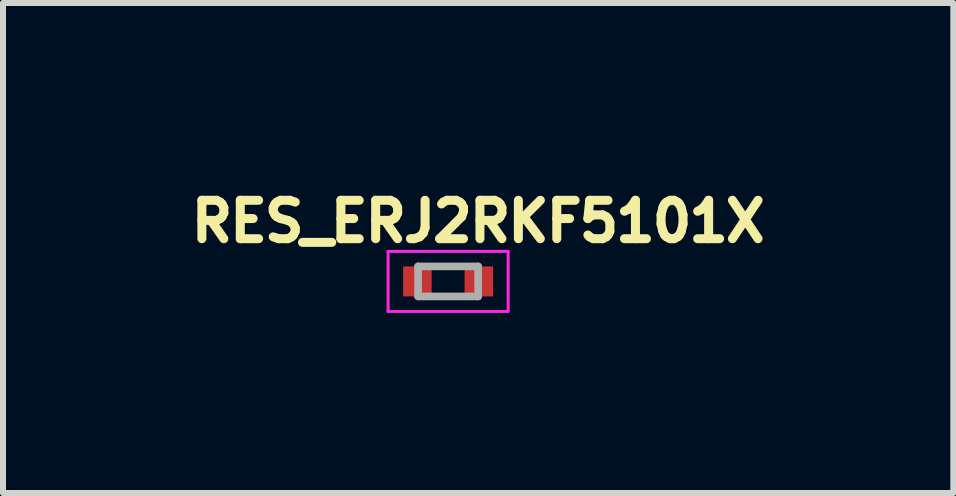
<source format=kicad_pcb>
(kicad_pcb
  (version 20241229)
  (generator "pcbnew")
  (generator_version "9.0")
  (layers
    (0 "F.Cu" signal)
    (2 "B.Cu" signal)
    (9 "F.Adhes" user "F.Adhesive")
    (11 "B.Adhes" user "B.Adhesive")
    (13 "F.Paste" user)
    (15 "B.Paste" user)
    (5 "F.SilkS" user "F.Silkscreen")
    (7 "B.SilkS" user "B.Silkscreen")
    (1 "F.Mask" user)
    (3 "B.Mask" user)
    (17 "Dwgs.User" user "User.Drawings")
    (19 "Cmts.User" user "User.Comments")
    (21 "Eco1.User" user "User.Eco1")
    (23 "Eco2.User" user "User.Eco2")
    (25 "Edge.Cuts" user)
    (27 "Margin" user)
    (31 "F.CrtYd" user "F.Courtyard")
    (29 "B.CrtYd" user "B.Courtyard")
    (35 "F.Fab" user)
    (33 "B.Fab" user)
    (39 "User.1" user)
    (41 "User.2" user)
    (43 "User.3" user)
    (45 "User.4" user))
  (footprint "RES_ERJ2RKF5101X"
    (layer "F.Cu")
    (at 4.415 1.638)
    (property "Reference" "RES_ERJ2RKF5101X" (at 0.5 -1 0) (layer "F.SilkS") (effects (font (size 0.64 0.64) (thickness 0.15))))
    (attr smd)
    (fp_line (start -1 -0.5) (end -1 0.5) (stroke (width 0.05) (type solid)) (layer "F.CrtYd"))
    (fp_line (start -1 0.5) (end 1 0.5) (stroke (width 0.05) (type solid)) (layer "F.CrtYd"))
    (fp_line (start 1 -0.5) (end -1 -0.5) (stroke (width 0.05) (type solid)) (layer "F.CrtYd"))
    (fp_line (start 1 0.5) (end 1 -0.5) (stroke (width 0.05) (type solid)) (layer "F.CrtYd"))
    (fp_line (start -0.5 -0.25) (end -0.5 0.25) (stroke (width 0.127) (type solid)) (layer "F.Fab"))
    (fp_line (start -0.5 -0.25) (end 0.5 -0.25) (stroke (width 0.127) (type solid)) (layer "F.Fab"))
    (fp_line (start -0.5 0.25) (end 0.5 0.25) (stroke (width 0.127) (type solid)) (layer "F.Fab"))
    (fp_line (start 0.5 -0.25) (end 0.5 0.25) (stroke (width 0.127) (type solid)) (layer "F.Fab"))
    (pad "1" smd rect (at -0.512 0) (size 0.475 0.5) (layers "F.Cu" "F.Mask" "F.Paste"))
    (pad "2" smd rect (at 0.512 0) (size 0.475 0.5) (layers "F.Cu" "F.Mask" "F.Paste")))
  (gr_rect
    (start -3 -3)
    (end 12.831 5.163)
    (stroke (width 0.1) (type default))
    (fill no)
    (layer "Edge.Cuts")))
</source>
